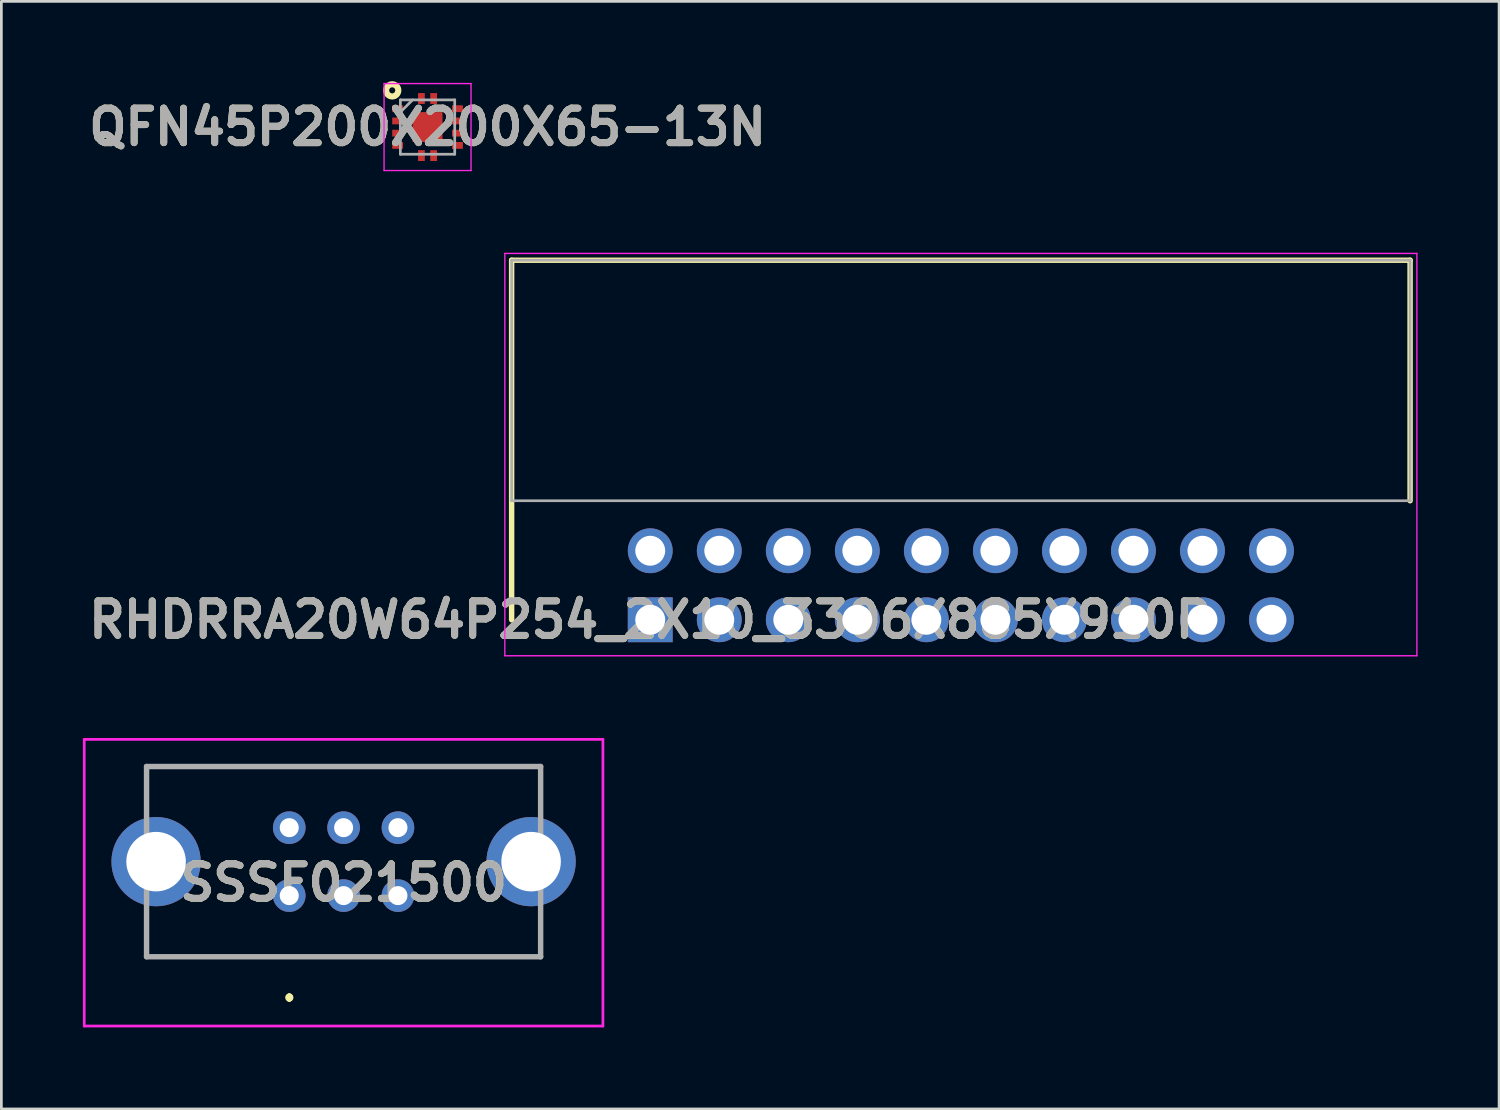
<source format=kicad_pcb>
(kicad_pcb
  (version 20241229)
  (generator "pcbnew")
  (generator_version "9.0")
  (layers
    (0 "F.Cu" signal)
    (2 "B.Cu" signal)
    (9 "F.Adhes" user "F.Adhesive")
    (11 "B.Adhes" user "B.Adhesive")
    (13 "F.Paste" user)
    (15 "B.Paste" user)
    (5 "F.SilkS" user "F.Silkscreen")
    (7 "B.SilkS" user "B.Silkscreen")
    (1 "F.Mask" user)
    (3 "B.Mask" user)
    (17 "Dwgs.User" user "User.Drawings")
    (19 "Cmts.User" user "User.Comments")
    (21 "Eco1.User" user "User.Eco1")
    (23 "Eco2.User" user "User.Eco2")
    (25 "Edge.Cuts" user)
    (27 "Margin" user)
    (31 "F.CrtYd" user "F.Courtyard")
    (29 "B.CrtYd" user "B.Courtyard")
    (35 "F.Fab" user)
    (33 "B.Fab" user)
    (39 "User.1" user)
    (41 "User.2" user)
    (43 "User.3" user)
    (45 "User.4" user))
  (footprint "QFN45P200X200X65-13N"
    (layer "F.Cu")
    (at 12.682 1.625)
    (property "Reference" "QFN45P200X200X65-13N" (at 0 0 0) (layer "F.SilkS") (effects (font (size 1.27 1.27) (thickness 0.254))))
    (attr smd)
    (fp_circle (center -1.3 -1.35) (end -1.3 -1.238) (stroke (width 0.225) (type solid)) (fill no) (layer "F.SilkS"))
    (fp_line (start -1.6 -1.6) (end 1.6 -1.6) (stroke (width 0.05) (type solid)) (layer "F.CrtYd"))
    (fp_line (start -1.6 1.6) (end -1.6 -1.6) (stroke (width 0.05) (type solid)) (layer "F.CrtYd"))
    (fp_line (start 1.6 -1.6) (end 1.6 1.6) (stroke (width 0.05) (type solid)) (layer "F.CrtYd"))
    (fp_line (start 1.6 1.6) (end -1.6 1.6) (stroke (width 0.05) (type solid)) (layer "F.CrtYd"))
    (fp_line (start -1 -1) (end 1 -1) (stroke (width 0.1) (type solid)) (layer "F.Fab"))
    (fp_line (start -1 -0.55) (end -0.55 -1) (stroke (width 0.1) (type solid)) (layer "F.Fab"))
    (fp_line (start -1 1) (end -1 -1) (stroke (width 0.1) (type solid)) (layer "F.Fab"))
    (fp_line (start 1 -1) (end 1 1) (stroke (width 0.1) (type solid)) (layer "F.Fab"))
    (fp_line (start 1 1) (end -1 1) (stroke (width 0.1) (type solid)) (layer "F.Fab"))
    (fp_text user "${REFERENCE}" (at 0 0 0) (layer "F.Fab") (effects (font (size 1.27 1.27) (thickness 0.254))))
    (pad "1" smd rect (at -1.1 -0.675 90) (size 0.25 0.4) (layers "F.Cu" "F.Mask" "F.Paste"))
    (pad "2" smd rect (at -1.1 -0.225 90) (size 0.25 0.4) (layers "F.Cu" "F.Mask" "F.Paste"))
    (pad "3" smd rect (at -1.1 0.225 90) (size 0.25 0.4) (layers "F.Cu" "F.Mask" "F.Paste"))
    (pad "4" smd rect (at -1.1 0.675 90) (size 0.25 0.4) (layers "F.Cu" "F.Mask" "F.Paste"))
    (pad "5" smd rect (at -0.225 1.05) (size 0.25 0.4) (layers "F.Cu" "F.Mask" "F.Paste"))
    (pad "6" smd rect (at 0.225 1.05) (size 0.25 0.4) (layers "F.Cu" "F.Mask" "F.Paste"))
    (pad "7" smd rect (at 1.1 0.675 90) (size 0.25 0.4) (layers "F.Cu" "F.Mask" "F.Paste"))
    (pad "8" smd rect (at 1.1 0.225 90) (size 0.25 0.4) (layers "F.Cu" "F.Mask" "F.Paste"))
    (pad "9" smd rect (at 1.1 -0.225 90) (size 0.25 0.4) (layers "F.Cu" "F.Mask" "F.Paste"))
    (pad "10" smd rect (at 1.1 -0.675 90) (size 0.25 0.4) (layers "F.Cu" "F.Mask" "F.Paste"))
    (pad "11" smd rect (at 0.225 -1.05) (size 0.25 0.4) (layers "F.Cu" "F.Mask" "F.Paste"))
    (pad "12" smd rect (at -0.225 -1.05) (size 0.25 0.4) (layers "F.Cu" "F.Mask" "F.Paste"))
    (pad "13" smd rect (at 0 0) (size 1.1 1.1) (layers "F.Cu" "F.Mask" "F.Paste")))
  (footprint "SSSF021500"
    (layer "F.Cu")
    (at 7.593 29.905)
    (property "Reference" "SSSF021500" (at 2 -0.475 0) (layer "F.SilkS") (effects (font (size 1.27 1.27) (thickness 0.254))))
    (attr through_hole)
    (fp_line (start -5.25 -4.75) (end -5.25 -4.75) (stroke (width 0.1) (type solid)) (layer "F.SilkS"))
    (fp_line (start -5.25 -4.75) (end -5.25 -4.75) (stroke (width 0.1) (type solid)) (layer "F.SilkS"))
    (fp_line (start -5.25 -4.75) (end -5.25 -3.5) (stroke (width 0.1) (type solid)) (layer "F.SilkS"))
    (fp_line (start -5.25 -4.75) (end 9.25 -4.75) (stroke (width 0.1) (type solid)) (layer "F.SilkS"))
    (fp_line (start -5.25 -3.5) (end -5.25 -4.75) (stroke (width 0.1) (type solid)) (layer "F.SilkS"))
    (fp_line (start -5.25 -3.5) (end -5.25 -3.5) (stroke (width 0.1) (type solid)) (layer "F.SilkS"))
    (fp_line (start -5.25 1) (end -5.25 1) (stroke (width 0.1) (type solid)) (layer "F.SilkS"))
    (fp_line (start -5.25 1) (end -5.25 2.25) (stroke (width 0.1) (type solid)) (layer "F.SilkS"))
    (fp_line (start -5.25 2.25) (end -5.25 1) (stroke (width 0.1) (type solid)) (layer "F.SilkS"))
    (fp_line (start -5.25 2.25) (end -5.25 2.25) (stroke (width 0.1) (type solid)) (layer "F.SilkS"))
    (fp_line (start -5.25 2.25) (end -5.25 2.25) (stroke (width 0.1) (type solid)) (layer "F.SilkS"))
    (fp_line (start -5.25 2.25) (end 9.25 2.25) (stroke (width 0.1) (type solid)) (layer "F.SilkS"))
    (fp_line (start 0 3.7) (end 0 3.7) (stroke (width 0.2) (type solid)) (layer "F.SilkS"))
    (fp_line (start 0 3.8) (end 0 3.8) (stroke (width 0.2) (type solid)) (layer "F.SilkS"))
    (fp_line (start 0 3.8) (end 0 3.8) (stroke (width 0.2) (type solid)) (layer "F.SilkS"))
    (fp_line (start 9.25 -4.75) (end -5.25 -4.75) (stroke (width 0.1) (type solid)) (layer "F.SilkS"))
    (fp_line (start 9.25 -4.75) (end 9.25 -4.75) (stroke (width 0.1) (type solid)) (layer "F.SilkS"))
    (fp_line (start 9.25 -4.75) (end 9.25 -4.75) (stroke (width 0.1) (type solid)) (layer "F.SilkS"))
    (fp_line (start 9.25 -4.75) (end 9.25 -3.75) (stroke (width 0.1) (type solid)) (layer "F.SilkS"))
    (fp_line (start 9.25 -3.75) (end 9.25 -4.75) (stroke (width 0.1) (type solid)) (layer "F.SilkS"))
    (fp_line (start 9.25 -3.75) (end 9.25 -3.75) (stroke (width 0.1) (type solid)) (layer "F.SilkS"))
    (fp_line (start 9.25 1) (end 9.25 1) (stroke (width 0.1) (type solid)) (layer "F.SilkS"))
    (fp_line (start 9.25 1) (end 9.25 2.25) (stroke (width 0.1) (type solid)) (layer "F.SilkS"))
    (fp_line (start 9.25 2.25) (end -5.25 2.25) (stroke (width 0.1) (type solid)) (layer "F.SilkS"))
    (fp_line (start 9.25 2.25) (end 9.25 1) (stroke (width 0.1) (type solid)) (layer "F.SilkS"))
    (fp_line (start 9.25 2.25) (end 9.25 2.25) (stroke (width 0.1) (type solid)) (layer "F.SilkS"))
    (fp_line (start 9.25 2.25) (end 9.25 2.25) (stroke (width 0.1) (type solid)) (layer "F.SilkS"))
    (fp_arc (start 0 3.7) (mid 0.05 3.75) (end 0 3.8) (stroke (width 0.2) (type solid)) (layer "F.SilkS"))
    (fp_arc (start 0 3.7) (mid 0.05 3.75) (end 0 3.8) (stroke (width 0.2) (type solid)) (layer "F.SilkS"))
    (fp_arc (start 0 3.8) (mid -0.05 3.75) (end 0 3.7) (stroke (width 0.2) (type solid)) (layer "F.SilkS"))
    (fp_line (start -7.543 -5.75) (end 11.542 -5.75) (stroke (width 0.1) (type solid)) (layer "F.CrtYd"))
    (fp_line (start -7.543 4.8) (end -7.543 -5.75) (stroke (width 0.1) (type solid)) (layer "F.CrtYd"))
    (fp_line (start 11.542 -5.75) (end 11.542 4.8) (stroke (width 0.1) (type solid)) (layer "F.CrtYd"))
    (fp_line (start 11.542 4.8) (end -7.543 4.8) (stroke (width 0.1) (type solid)) (layer "F.CrtYd"))
    (fp_line (start -5.25 -4.75) (end -5.25 2.25) (stroke (width 0.2) (type solid)) (layer "F.Fab"))
    (fp_line (start -5.25 2.25) (end 9.25 2.25) (stroke (width 0.2) (type solid)) (layer "F.Fab"))
    (fp_line (start 9.25 -4.75) (end -5.25 -4.75) (stroke (width 0.2) (type solid)) (layer "F.Fab"))
    (fp_line (start 9.25 2.25) (end 9.25 -4.75) (stroke (width 0.2) (type solid)) (layer "F.Fab"))
    (fp_text user "${REFERENCE}" (at 2 -0.475 0) (layer "F.Fab") (effects (font (size 1.27 1.27) (thickness 0.254))))
    (pad "1" thru_hole circle (at 0 0) (size 1.2 1.2) (drill 0.7) (layers "*.Cu" "*.Mask"))
    (pad "2" thru_hole circle (at 2 0) (size 1.2 1.2) (drill 0.7) (layers "*.Cu" "*.Mask"))
    (pad "3" thru_hole circle (at 4 0) (size 1.2 1.2) (drill 0.7) (layers "*.Cu" "*.Mask"))
    (pad "4" thru_hole circle (at 0 -2.5) (size 1.2 1.2) (drill 0.7) (layers "*.Cu" "*.Mask"))
    (pad "5" thru_hole circle (at 2 -2.5) (size 1.2 1.2) (drill 0.7) (layers "*.Cu" "*.Mask"))
    (pad "6" thru_hole circle (at 4 -2.5) (size 1.2 1.2) (drill 0.7) (layers "*.Cu" "*.Mask"))
    (pad "MH1" thru_hole circle (at -4.9 -1.25) (size 3.285 3.285) (drill 2.19) (layers "*.Cu" "*.Mask"))
    (pad "MH2" thru_hole circle (at 8.9 -1.25) (size 3.285 3.285) (drill 2.19) (layers "*.Cu" "*.Mask")))
  (footprint "RHDRRA20W64P254_2X10_3306X885X910P"
    (layer "F.Cu")
    (at 20.876 19.755)
    (property "Reference" "RHDRRA20W64P254_2X10_3306X885X910P" (at 0 0 0) (layer "F.SilkS") (effects (font (size 1.27 1.27) (thickness 0.254))))
    (attr through_hole)
    (fp_line (start -5.1 -13.23) (end 27.96 -13.23) (stroke (width 0.2) (type solid)) (layer "F.SilkS"))
    (fp_line (start -5.1 0) (end -5.1 -13.23) (stroke (width 0.2) (type solid)) (layer "F.SilkS"))
    (fp_line (start 27.96 -13.23) (end 27.96 -4.38) (stroke (width 0.2) (type solid)) (layer "F.SilkS"))
    (fp_line (start -5.35 -13.48) (end -5.35 1.325) (stroke (width 0.05) (type solid)) (layer "F.CrtYd"))
    (fp_line (start -5.35 1.325) (end 28.21 1.325) (stroke (width 0.05) (type solid)) (layer "F.CrtYd"))
    (fp_line (start 28.21 -13.48) (end -5.35 -13.48) (stroke (width 0.05) (type solid)) (layer "F.CrtYd"))
    (fp_line (start 28.21 1.325) (end 28.21 -13.48) (stroke (width 0.05) (type solid)) (layer "F.CrtYd"))
    (fp_line (start -5.1 -13.23) (end 27.96 -13.23) (stroke (width 0.1) (type solid)) (layer "F.Fab"))
    (fp_line (start -5.1 -4.38) (end -5.1 -13.23) (stroke (width 0.1) (type solid)) (layer "F.Fab"))
    (fp_line (start 27.96 -13.23) (end 27.96 -4.38) (stroke (width 0.1) (type solid)) (layer "F.Fab"))
    (fp_line (start 27.96 -4.38) (end -5.1 -4.38) (stroke (width 0.1) (type solid)) (layer "F.Fab"))
    (fp_text user "${REFERENCE}" (at 0 0 0) (layer "F.Fab") (effects (font (size 1.27 1.27) (thickness 0.254))))
    (pad "1" thru_hole rect (at 0 0) (size 1.65 1.65) (drill 1.1) (layers "*.Cu" "*.Mask"))
    (pad "2" thru_hole circle (at 0 -2.54) (size 1.65 1.65) (drill 1.1) (layers "*.Cu" "*.Mask"))
    (pad "3" thru_hole circle (at 2.54 0) (size 1.65 1.65) (drill 1.1) (layers "*.Cu" "*.Mask"))
    (pad "4" thru_hole circle (at 2.54 -2.54) (size 1.65 1.65) (drill 1.1) (layers "*.Cu" "*.Mask"))
    (pad "5" thru_hole circle (at 5.08 0) (size 1.65 1.65) (drill 1.1) (layers "*.Cu" "*.Mask"))
    (pad "6" thru_hole circle (at 5.08 -2.54) (size 1.65 1.65) (drill 1.1) (layers "*.Cu" "*.Mask"))
    (pad "7" thru_hole circle (at 7.62 0) (size 1.65 1.65) (drill 1.1) (layers "*.Cu" "*.Mask"))
    (pad "8" thru_hole circle (at 7.62 -2.54) (size 1.65 1.65) (drill 1.1) (layers "*.Cu" "*.Mask"))
    (pad "9" thru_hole circle (at 10.16 0) (size 1.65 1.65) (drill 1.1) (layers "*.Cu" "*.Mask"))
    (pad "10" thru_hole circle (at 10.16 -2.54) (size 1.65 1.65) (drill 1.1) (layers "*.Cu" "*.Mask"))
    (pad "11" thru_hole circle (at 12.7 0) (size 1.65 1.65) (drill 1.1) (layers "*.Cu" "*.Mask"))
    (pad "12" thru_hole circle (at 12.7 -2.54) (size 1.65 1.65) (drill 1.1) (layers "*.Cu" "*.Mask"))
    (pad "13" thru_hole circle (at 15.24 0) (size 1.65 1.65) (drill 1.1) (layers "*.Cu" "*.Mask"))
    (pad "14" thru_hole circle (at 15.24 -2.54) (size 1.65 1.65) (drill 1.1) (layers "*.Cu" "*.Mask"))
    (pad "15" thru_hole circle (at 17.78 0) (size 1.65 1.65) (drill 1.1) (layers "*.Cu" "*.Mask"))
    (pad "16" thru_hole circle (at 17.78 -2.54) (size 1.65 1.65) (drill 1.1) (layers "*.Cu" "*.Mask"))
    (pad "17" thru_hole circle (at 20.32 0) (size 1.65 1.65) (drill 1.1) (layers "*.Cu" "*.Mask"))
    (pad "18" thru_hole circle (at 20.32 -2.54) (size 1.65 1.65) (drill 1.1) (layers "*.Cu" "*.Mask"))
    (pad "19" thru_hole circle (at 22.86 0) (size 1.65 1.65) (drill 1.1) (layers "*.Cu" "*.Mask"))
    (pad "20" thru_hole circle (at 22.86 -2.54) (size 1.65 1.65) (drill 1.1) (layers "*.Cu" "*.Mask")))
  (gr_rect
    (start -3 -3)
    (end 52.111 37.755)
    (stroke (width 0.1) (type default))
    (fill no)
    (layer "Edge.Cuts")))
</source>
